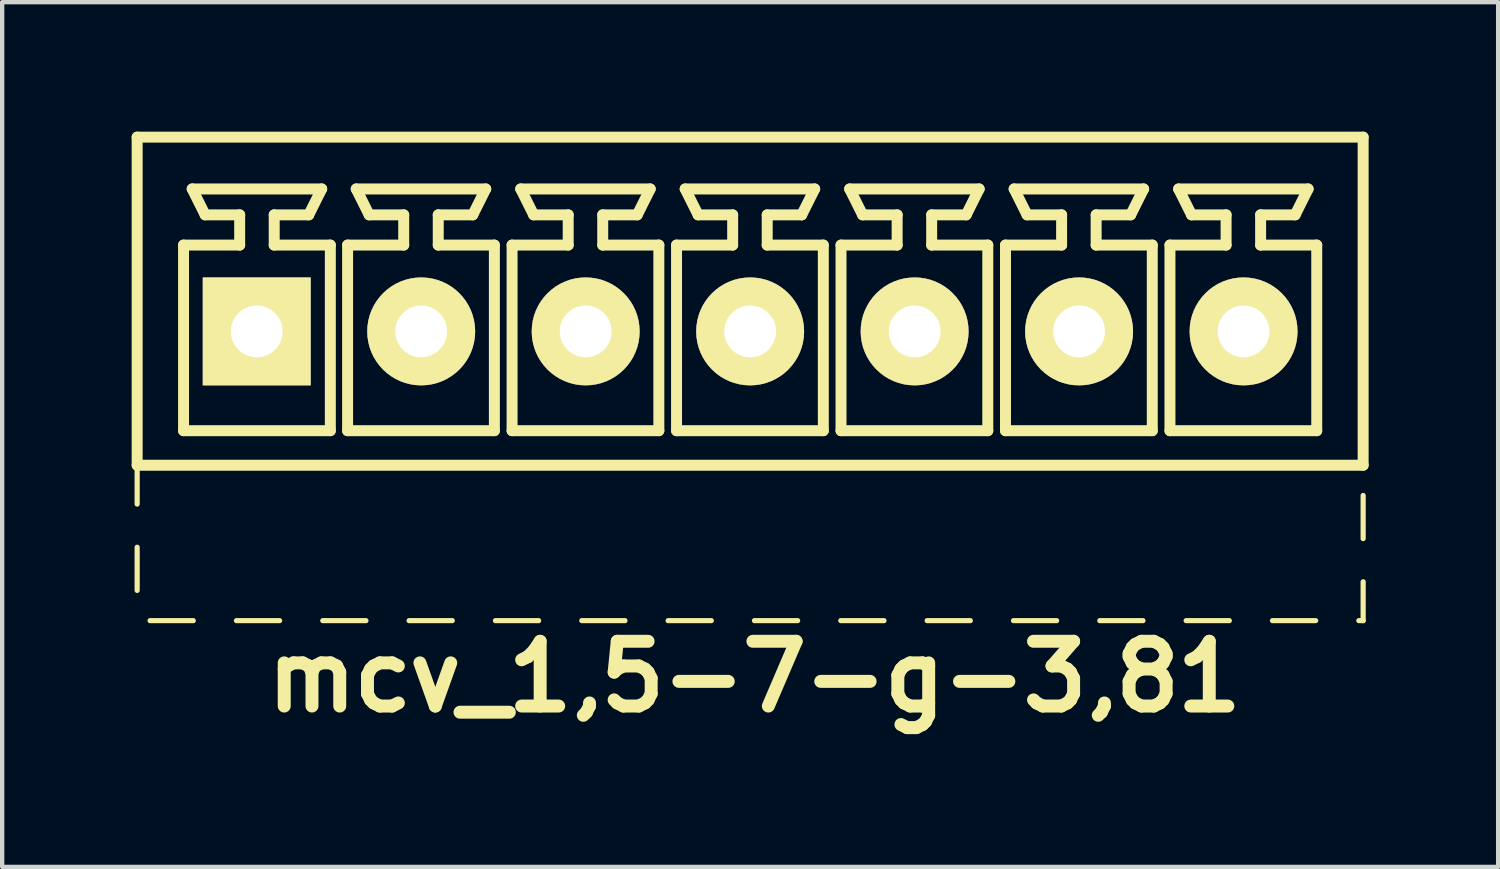
<source format=kicad_pcb>
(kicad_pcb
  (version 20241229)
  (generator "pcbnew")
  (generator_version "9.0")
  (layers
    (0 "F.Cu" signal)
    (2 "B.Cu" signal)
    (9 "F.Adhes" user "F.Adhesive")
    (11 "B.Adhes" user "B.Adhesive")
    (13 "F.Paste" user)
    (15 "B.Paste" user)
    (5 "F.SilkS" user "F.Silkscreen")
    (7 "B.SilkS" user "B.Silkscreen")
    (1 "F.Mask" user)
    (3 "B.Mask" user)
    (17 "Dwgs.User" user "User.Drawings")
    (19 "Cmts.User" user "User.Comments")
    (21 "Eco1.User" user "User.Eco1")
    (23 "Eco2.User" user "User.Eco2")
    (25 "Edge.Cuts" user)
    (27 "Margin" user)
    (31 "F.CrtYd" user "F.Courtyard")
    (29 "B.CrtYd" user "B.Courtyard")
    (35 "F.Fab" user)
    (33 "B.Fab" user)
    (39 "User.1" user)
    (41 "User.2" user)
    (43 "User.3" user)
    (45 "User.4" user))
  (footprint "mcv_1,5-7-g-3,81"
    (layer "F.Cu")
    (at 14.327 4.627)
    (property "Reference" "mcv_1,5-7-g-3,81" (at 0.1 8 0) (layer "F.SilkS") (effects (font (size 1.5 1.5) (thickness 0.3))))
    (attr through_hole)
    (fp_line (start -14.2 -4.5) (end -14.2 3.1) (stroke (width 0.254) (type solid)) (layer "F.SilkS"))
    (fp_line (start -14.2 -4.5) (end 14.2 -4.5) (stroke (width 0.254) (type solid)) (layer "F.SilkS"))
    (fp_line (start -14.2 3.1) (end -14.2 4) (stroke (width 0.12) (type solid)) (layer "F.SilkS"))
    (fp_line (start -14.2 3.1) (end 14.2 3.1) (stroke (width 0.254) (type solid)) (layer "F.SilkS"))
    (fp_line (start -14.2 5) (end -14.2 6) (stroke (width 0.12) (type solid)) (layer "F.SilkS"))
    (fp_line (start -13.9 6.7) (end -12.9 6.7) (stroke (width 0.12) (type solid)) (layer "F.SilkS"))
    (fp_line (start -13.125 -2) (end -11.825 -2) (stroke (width 0.254) (type solid)) (layer "F.SilkS"))
    (fp_line (start -13.125 2.3) (end -13.125 -2) (stroke (width 0.254) (type solid)) (layer "F.SilkS"))
    (fp_line (start -12.925 -3.3) (end -9.925 -3.3) (stroke (width 0.254) (type solid)) (layer "F.SilkS"))
    (fp_line (start -12.625 -2.7) (end -12.925 -3.3) (stroke (width 0.254) (type solid)) (layer "F.SilkS"))
    (fp_line (start -11.9 6.7) (end -10.9 6.7) (stroke (width 0.12) (type solid)) (layer "F.SilkS"))
    (fp_line (start -11.825 -2.7) (end -12.625 -2.7) (stroke (width 0.254) (type solid)) (layer "F.SilkS"))
    (fp_line (start -11.825 -2) (end -11.825 -2.7) (stroke (width 0.254) (type solid)) (layer "F.SilkS"))
    (fp_line (start -11.025 -2.7) (end -11.025 -2) (stroke (width 0.254) (type solid)) (layer "F.SilkS"))
    (fp_line (start -11.025 -2) (end -9.725 -2) (stroke (width 0.254) (type solid)) (layer "F.SilkS"))
    (fp_line (start -10.225 -2.7) (end -11.025 -2.7) (stroke (width 0.254) (type solid)) (layer "F.SilkS"))
    (fp_line (start -10.225 -2.7) (end -9.925 -3.3) (stroke (width 0.254) (type solid)) (layer "F.SilkS"))
    (fp_line (start -9.9 6.7) (end -8.9 6.7) (stroke (width 0.12) (type solid)) (layer "F.SilkS"))
    (fp_line (start -9.725 -2) (end -9.725 2.3) (stroke (width 0.254) (type solid)) (layer "F.SilkS"))
    (fp_line (start -9.725 2.3) (end -13.125 2.3) (stroke (width 0.254) (type solid)) (layer "F.SilkS"))
    (fp_line (start -9.325 -2) (end -8.025 -2) (stroke (width 0.254) (type solid)) (layer "F.SilkS"))
    (fp_line (start -9.325 2.3) (end -9.325 -2) (stroke (width 0.254) (type solid)) (layer "F.SilkS"))
    (fp_line (start -9.125 -3.3) (end -6.125 -3.3) (stroke (width 0.254) (type solid)) (layer "F.SilkS"))
    (fp_line (start -8.825 -2.7) (end -9.125 -3.3) (stroke (width 0.254) (type solid)) (layer "F.SilkS"))
    (fp_line (start -8.025 -2.7) (end -8.825 -2.7) (stroke (width 0.254) (type solid)) (layer "F.SilkS"))
    (fp_line (start -8.025 -2) (end -8.025 -2.7) (stroke (width 0.254) (type solid)) (layer "F.SilkS"))
    (fp_line (start -7.9 6.7) (end -6.9 6.7) (stroke (width 0.12) (type solid)) (layer "F.SilkS"))
    (fp_line (start -7.225 -2.7) (end -7.225 -2) (stroke (width 0.254) (type solid)) (layer "F.SilkS"))
    (fp_line (start -7.225 -2) (end -5.925 -2) (stroke (width 0.254) (type solid)) (layer "F.SilkS"))
    (fp_line (start -6.425 -2.7) (end -7.225 -2.7) (stroke (width 0.254) (type solid)) (layer "F.SilkS"))
    (fp_line (start -6.425 -2.7) (end -6.125 -3.3) (stroke (width 0.254) (type solid)) (layer "F.SilkS"))
    (fp_line (start -5.925 -2) (end -5.925 2.3) (stroke (width 0.254) (type solid)) (layer "F.SilkS"))
    (fp_line (start -5.925 2.3) (end -9.325 2.3) (stroke (width 0.254) (type solid)) (layer "F.SilkS"))
    (fp_line (start -5.9 6.7) (end -4.9 6.7) (stroke (width 0.12) (type solid)) (layer "F.SilkS"))
    (fp_line (start -5.515 -2) (end -4.215 -2) (stroke (width 0.254) (type solid)) (layer "F.SilkS"))
    (fp_line (start -5.515 2.3) (end -5.515 -2) (stroke (width 0.254) (type solid)) (layer "F.SilkS"))
    (fp_line (start -5.315 -3.3) (end -2.315 -3.3) (stroke (width 0.254) (type solid)) (layer "F.SilkS"))
    (fp_line (start -5.015 -2.7) (end -5.315 -3.3) (stroke (width 0.254) (type solid)) (layer "F.SilkS"))
    (fp_line (start -4.215 -2.7) (end -5.015 -2.7) (stroke (width 0.254) (type solid)) (layer "F.SilkS"))
    (fp_line (start -4.215 -2) (end -4.215 -2.7) (stroke (width 0.254) (type solid)) (layer "F.SilkS"))
    (fp_line (start -3.9 6.7) (end -2.9 6.7) (stroke (width 0.12) (type solid)) (layer "F.SilkS"))
    (fp_line (start -3.415 -2.7) (end -3.415 -2) (stroke (width 0.254) (type solid)) (layer "F.SilkS"))
    (fp_line (start -3.415 -2) (end -2.115 -2) (stroke (width 0.254) (type solid)) (layer "F.SilkS"))
    (fp_line (start -2.615 -2.7) (end -3.415 -2.7) (stroke (width 0.254) (type solid)) (layer "F.SilkS"))
    (fp_line (start -2.615 -2.7) (end -2.315 -3.3) (stroke (width 0.254) (type solid)) (layer "F.SilkS"))
    (fp_line (start -2.115 -2) (end -2.115 2.3) (stroke (width 0.254) (type solid)) (layer "F.SilkS"))
    (fp_line (start -2.115 2.3) (end -5.515 2.3) (stroke (width 0.254) (type solid)) (layer "F.SilkS"))
    (fp_line (start -1.9 6.7) (end -0.9 6.7) (stroke (width 0.12) (type solid)) (layer "F.SilkS"))
    (fp_line (start -1.705 -2) (end -0.405 -2) (stroke (width 0.254) (type solid)) (layer "F.SilkS"))
    (fp_line (start -1.705 2.3) (end -1.705 -2) (stroke (width 0.254) (type solid)) (layer "F.SilkS"))
    (fp_line (start -1.505 -3.3) (end 1.495 -3.3) (stroke (width 0.254) (type solid)) (layer "F.SilkS"))
    (fp_line (start -1.205 -2.7) (end -1.505 -3.3) (stroke (width 0.254) (type solid)) (layer "F.SilkS"))
    (fp_line (start -0.405 -2.7) (end -1.205 -2.7) (stroke (width 0.254) (type solid)) (layer "F.SilkS"))
    (fp_line (start -0.405 -2) (end -0.405 -2.7) (stroke (width 0.254) (type solid)) (layer "F.SilkS"))
    (fp_line (start 0.1 6.7) (end 1.1 6.7) (stroke (width 0.12) (type solid)) (layer "F.SilkS"))
    (fp_line (start 0.395 -2.7) (end 0.395 -2) (stroke (width 0.254) (type solid)) (layer "F.SilkS"))
    (fp_line (start 0.395 -2) (end 1.695 -2) (stroke (width 0.254) (type solid)) (layer "F.SilkS"))
    (fp_line (start 1.195 -2.7) (end 0.395 -2.7) (stroke (width 0.254) (type solid)) (layer "F.SilkS"))
    (fp_line (start 1.195 -2.7) (end 1.495 -3.3) (stroke (width 0.254) (type solid)) (layer "F.SilkS"))
    (fp_line (start 1.695 -2) (end 1.695 2.3) (stroke (width 0.254) (type solid)) (layer "F.SilkS"))
    (fp_line (start 1.695 2.3) (end -1.705 2.3) (stroke (width 0.254) (type solid)) (layer "F.SilkS"))
    (fp_line (start 2.1 6.7) (end 3.1 6.7) (stroke (width 0.12) (type solid)) (layer "F.SilkS"))
    (fp_line (start 2.105 -2) (end 3.405 -2) (stroke (width 0.254) (type solid)) (layer "F.SilkS"))
    (fp_line (start 2.105 2.3) (end 2.105 -2) (stroke (width 0.254) (type solid)) (layer "F.SilkS"))
    (fp_line (start 2.305 -3.3) (end 5.305 -3.3) (stroke (width 0.254) (type solid)) (layer "F.SilkS"))
    (fp_line (start 2.605 -2.7) (end 2.305 -3.3) (stroke (width 0.254) (type solid)) (layer "F.SilkS"))
    (fp_line (start 3.405 -2.7) (end 2.605 -2.7) (stroke (width 0.254) (type solid)) (layer "F.SilkS"))
    (fp_line (start 3.405 -2) (end 3.405 -2.7) (stroke (width 0.254) (type solid)) (layer "F.SilkS"))
    (fp_line (start 4.1 6.7) (end 5.1 6.7) (stroke (width 0.12) (type solid)) (layer "F.SilkS"))
    (fp_line (start 4.205 -2.7) (end 4.205 -2) (stroke (width 0.254) (type solid)) (layer "F.SilkS"))
    (fp_line (start 4.205 -2) (end 5.505 -2) (stroke (width 0.254) (type solid)) (layer "F.SilkS"))
    (fp_line (start 5.005 -2.7) (end 4.205 -2.7) (stroke (width 0.254) (type solid)) (layer "F.SilkS"))
    (fp_line (start 5.005 -2.7) (end 5.305 -3.3) (stroke (width 0.254) (type solid)) (layer "F.SilkS"))
    (fp_line (start 5.505 -2) (end 5.505 2.3) (stroke (width 0.254) (type solid)) (layer "F.SilkS"))
    (fp_line (start 5.505 2.3) (end 2.105 2.3) (stroke (width 0.254) (type solid)) (layer "F.SilkS"))
    (fp_line (start 5.915 -2) (end 7.215 -2) (stroke (width 0.254) (type solid)) (layer "F.SilkS"))
    (fp_line (start 5.915 2.3) (end 5.915 -2) (stroke (width 0.254) (type solid)) (layer "F.SilkS"))
    (fp_line (start 6.1 6.7) (end 7.1 6.7) (stroke (width 0.12) (type solid)) (layer "F.SilkS"))
    (fp_line (start 6.115 -3.3) (end 9.115 -3.3) (stroke (width 0.254) (type solid)) (layer "F.SilkS"))
    (fp_line (start 6.415 -2.7) (end 6.115 -3.3) (stroke (width 0.254) (type solid)) (layer "F.SilkS"))
    (fp_line (start 7.215 -2.7) (end 6.415 -2.7) (stroke (width 0.254) (type solid)) (layer "F.SilkS"))
    (fp_line (start 7.215 -2) (end 7.215 -2.7) (stroke (width 0.254) (type solid)) (layer "F.SilkS"))
    (fp_line (start 8.015 -2.7) (end 8.015 -2) (stroke (width 0.254) (type solid)) (layer "F.SilkS"))
    (fp_line (start 8.015 -2) (end 9.315 -2) (stroke (width 0.254) (type solid)) (layer "F.SilkS"))
    (fp_line (start 8.1 6.7) (end 9.1 6.7) (stroke (width 0.12) (type solid)) (layer "F.SilkS"))
    (fp_line (start 8.815 -2.7) (end 8.015 -2.7) (stroke (width 0.254) (type solid)) (layer "F.SilkS"))
    (fp_line (start 8.815 -2.7) (end 9.115 -3.3) (stroke (width 0.254) (type solid)) (layer "F.SilkS"))
    (fp_line (start 9.315 -2) (end 9.315 2.3) (stroke (width 0.254) (type solid)) (layer "F.SilkS"))
    (fp_line (start 9.315 2.3) (end 5.915 2.3) (stroke (width 0.254) (type solid)) (layer "F.SilkS"))
    (fp_line (start 9.725 -2) (end 11.025 -2) (stroke (width 0.254) (type solid)) (layer "F.SilkS"))
    (fp_line (start 9.725 2.3) (end 9.725 -2) (stroke (width 0.254) (type solid)) (layer "F.SilkS"))
    (fp_line (start 9.925 -3.3) (end 12.925 -3.3) (stroke (width 0.254) (type solid)) (layer "F.SilkS"))
    (fp_line (start 10.1 6.7) (end 11.1 6.7) (stroke (width 0.12) (type solid)) (layer "F.SilkS"))
    (fp_line (start 10.225 -2.7) (end 9.925 -3.3) (stroke (width 0.254) (type solid)) (layer "F.SilkS"))
    (fp_line (start 11.025 -2.7) (end 10.225 -2.7) (stroke (width 0.254) (type solid)) (layer "F.SilkS"))
    (fp_line (start 11.025 -2) (end 11.025 -2.7) (stroke (width 0.254) (type solid)) (layer "F.SilkS"))
    (fp_line (start 11.825 -2.7) (end 11.825 -2) (stroke (width 0.254) (type solid)) (layer "F.SilkS"))
    (fp_line (start 11.825 -2) (end 13.125 -2) (stroke (width 0.254) (type solid)) (layer "F.SilkS"))
    (fp_line (start 12.1 6.7) (end 13.1 6.7) (stroke (width 0.12) (type solid)) (layer "F.SilkS"))
    (fp_line (start 12.625 -2.7) (end 11.825 -2.7) (stroke (width 0.254) (type solid)) (layer "F.SilkS"))
    (fp_line (start 12.625 -2.7) (end 12.925 -3.3) (stroke (width 0.254) (type solid)) (layer "F.SilkS"))
    (fp_line (start 13.125 -2) (end 13.125 2.3) (stroke (width 0.254) (type solid)) (layer "F.SilkS"))
    (fp_line (start 13.125 2.3) (end 9.725 2.3) (stroke (width 0.254) (type solid)) (layer "F.SilkS"))
    (fp_line (start 14.1 6.7) (end 14.2 6.7) (stroke (width 0.12) (type solid)) (layer "F.SilkS"))
    (fp_line (start 14.2 -4.5) (end 14.2 3.1) (stroke (width 0.254) (type solid)) (layer "F.SilkS"))
    (fp_line (start 14.2 4.8) (end 14.2 3.8) (stroke (width 0.12) (type solid)) (layer "F.SilkS"))
    (fp_line (start 14.2 6.7) (end 14.2 5.8) (stroke (width 0.12) (type solid)) (layer "F.SilkS"))
    (pad "1" thru_hole rect (at -11.43 0) (size 2.5 2.5) (drill 1.2) (layers "*.Cu" "*.Mask" "F.SilkS"))
    (pad "2" thru_hole circle (at -7.62 0) (size 2.5 2.5) (drill 1.2) (layers "*.Cu" "*.Mask" "F.SilkS"))
    (pad "3" thru_hole circle (at -3.81 0) (size 2.5 2.5) (drill 1.2) (layers "*.Cu" "*.Mask" "F.SilkS"))
    (pad "4" thru_hole circle (at 0 0) (size 2.5 2.5) (drill 1.2) (layers "*.Cu" "*.Mask" "F.SilkS"))
    (pad "5" thru_hole circle (at 3.81 0) (size 2.5 2.5) (drill 1.2) (layers "*.Cu" "*.Mask" "F.SilkS"))
    (pad "6" thru_hole circle (at 7.62 0) (size 2.5 2.5) (drill 1.2) (layers "*.Cu" "*.Mask" "F.SilkS"))
    (pad "7" thru_hole circle (at 11.43 0) (size 2.5 2.5) (drill 1.2) (layers "*.Cu" "*.Mask" "F.SilkS")))
  (gr_rect
    (start -3 -3)
    (end 31.654 17.031)
    (stroke (width 0.1) (type default))
    (fill no)
    (layer "Edge.Cuts")))
</source>
